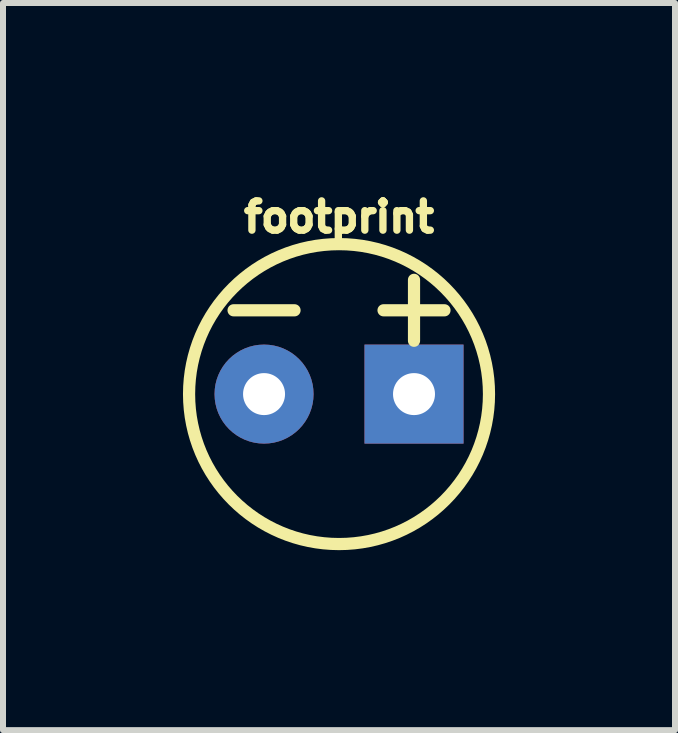
<source format=kicad_pcb>
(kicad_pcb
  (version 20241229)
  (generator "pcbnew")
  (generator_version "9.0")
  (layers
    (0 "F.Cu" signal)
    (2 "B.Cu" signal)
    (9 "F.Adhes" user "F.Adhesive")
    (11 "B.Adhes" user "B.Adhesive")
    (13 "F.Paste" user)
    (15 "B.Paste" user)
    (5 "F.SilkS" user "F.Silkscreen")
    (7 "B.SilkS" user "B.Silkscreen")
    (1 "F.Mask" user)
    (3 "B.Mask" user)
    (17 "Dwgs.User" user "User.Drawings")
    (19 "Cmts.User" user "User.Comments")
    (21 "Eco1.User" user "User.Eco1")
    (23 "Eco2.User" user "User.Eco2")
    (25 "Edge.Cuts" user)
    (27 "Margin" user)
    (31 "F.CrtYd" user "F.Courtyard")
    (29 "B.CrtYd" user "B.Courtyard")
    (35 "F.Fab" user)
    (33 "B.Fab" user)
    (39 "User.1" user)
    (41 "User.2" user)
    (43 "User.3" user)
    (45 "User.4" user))
  (footprint "footprint"
    (layer "F.Cu")
    (at 2.602 3.52)
    (property "Reference" "footprint" (at 0 -2.667 0) (layer "F.SilkS") (effects (font (size 0.488 0.488) (thickness 0.122)) (justify bottom)))
    (fp_circle (center -1.25 0) (end -1.072 0) (stroke (width 0.356) (type solid)) (fill yes) (layer "F.Mask"))
    (fp_circle (center 1.25 0) (end 1.428 0) (stroke (width 0.356) (type solid)) (fill yes) (layer "F.Mask"))
    (fp_circle (center -1.25 0) (end -0.767 0) (stroke (width 0.965) (type solid)) (fill yes) (layer "B.Mask"))
    (fp_poly (pts (xy 0.285 0.965) (xy 2.215 0.965) (xy 2.215 -0.965) (xy 0.285 -0.965)) (stroke (width 0) (type solid)) (fill yes) (layer "B.Mask"))
    (fp_line (start -0.742 -1.397) (end -1.758 -1.397) (stroke (width 0.203) (type solid)) (layer "F.SilkS"))
    (fp_line (start 1.25 -1.905) (end 1.25 -0.889) (stroke (width 0.203) (type solid)) (layer "F.SilkS"))
    (fp_line (start 1.758 -1.397) (end 0.742 -1.397) (stroke (width 0.203) (type solid)) (layer "F.SilkS"))
    (fp_circle (center 0 0) (end 2.5 0) (stroke (width 0.203) (type solid)) (fill no) (layer "F.SilkS"))
    (pad "1" thru_hole rect (at 1.25 0) (size 1.651 1.651) (drill 0.7) (layers "*.Cu"))
    (pad "2" thru_hole circle (at -1.25 0) (size 1.651 1.651) (drill 0.7) (layers "*.Cu")))
  (gr_rect
    (start -3 -3)
    (end 8.203 9.122)
    (stroke (width 0.1) (type default))
    (fill no)
    (layer "Edge.Cuts")))
</source>
